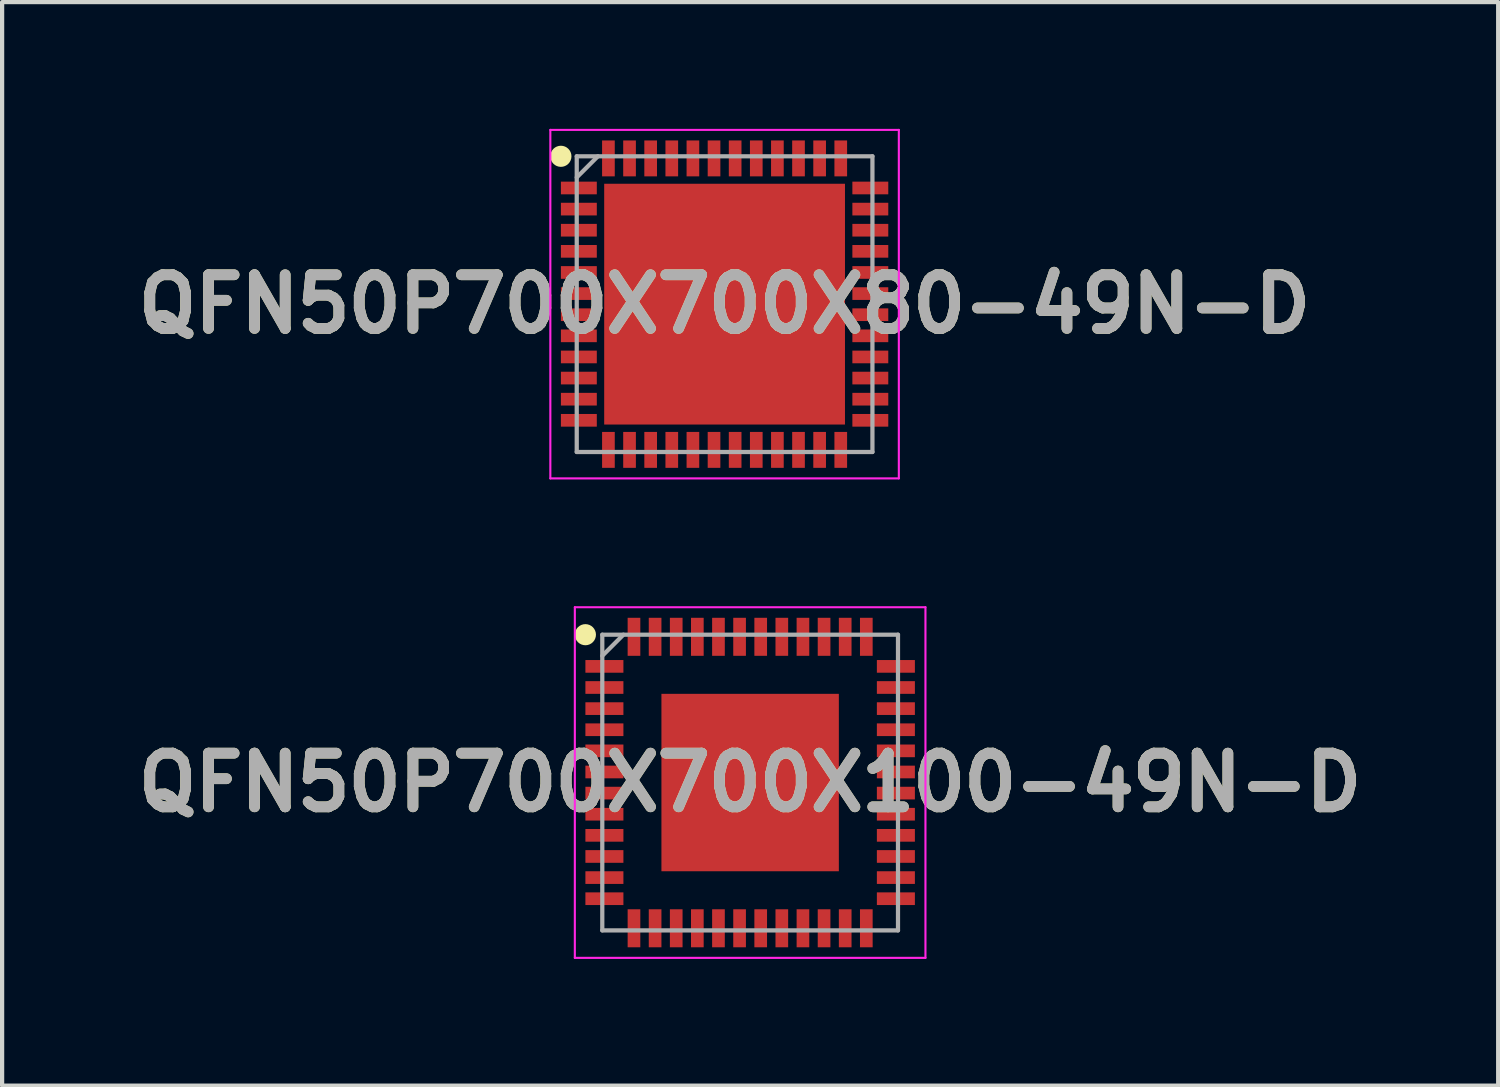
<source format=kicad_pcb>
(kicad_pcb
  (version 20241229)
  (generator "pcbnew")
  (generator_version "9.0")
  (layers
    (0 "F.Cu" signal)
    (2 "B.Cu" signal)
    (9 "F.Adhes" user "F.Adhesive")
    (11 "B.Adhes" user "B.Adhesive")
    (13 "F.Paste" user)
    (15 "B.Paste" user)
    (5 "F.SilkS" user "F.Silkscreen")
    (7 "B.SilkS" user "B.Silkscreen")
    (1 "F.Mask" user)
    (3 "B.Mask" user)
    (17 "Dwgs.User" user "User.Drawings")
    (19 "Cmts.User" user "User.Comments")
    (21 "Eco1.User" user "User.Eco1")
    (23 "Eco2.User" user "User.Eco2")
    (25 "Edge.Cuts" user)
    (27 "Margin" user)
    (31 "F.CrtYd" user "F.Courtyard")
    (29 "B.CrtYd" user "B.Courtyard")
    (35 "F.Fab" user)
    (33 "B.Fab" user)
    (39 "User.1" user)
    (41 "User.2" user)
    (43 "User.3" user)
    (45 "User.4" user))
  (footprint "QFN50P700X700X80-49N-D"
    (layer "F.Cu")
    (at 14.103 4.15)
    (property "Reference" "QFN50P700X700X80-49N-D" (at 0 0 0) (layer "F.SilkS") (effects (font (size 1.27 1.27) (thickness 0.254))))
    (attr smd)
    (fp_circle (center -3.875 -3.5) (end -3.875 -3.375) (stroke (width 0.25) (type solid)) (fill no) (layer "F.SilkS"))
    (fp_line (start -4.125 -4.125) (end 4.125 -4.125) (stroke (width 0.05) (type solid)) (layer "F.CrtYd"))
    (fp_line (start -4.125 4.125) (end -4.125 -4.125) (stroke (width 0.05) (type solid)) (layer "F.CrtYd"))
    (fp_line (start 4.125 -4.125) (end 4.125 4.125) (stroke (width 0.05) (type solid)) (layer "F.CrtYd"))
    (fp_line (start 4.125 4.125) (end -4.125 4.125) (stroke (width 0.05) (type solid)) (layer "F.CrtYd"))
    (fp_line (start -3.5 -3.5) (end 3.5 -3.5) (stroke (width 0.1) (type solid)) (layer "F.Fab"))
    (fp_line (start -3.5 -3) (end -3 -3.5) (stroke (width 0.1) (type solid)) (layer "F.Fab"))
    (fp_line (start -3.5 3.5) (end -3.5 -3.5) (stroke (width 0.1) (type solid)) (layer "F.Fab"))
    (fp_line (start 3.5 -3.5) (end 3.5 3.5) (stroke (width 0.1) (type solid)) (layer "F.Fab"))
    (fp_line (start 3.5 3.5) (end -3.5 3.5) (stroke (width 0.1) (type solid)) (layer "F.Fab"))
    (fp_text user "${REFERENCE}" (at 0 0 0) (layer "F.Fab") (effects (font (size 1.27 1.27) (thickness 0.254))))
    (pad "1" smd rect (at -3.45 -2.75 90) (size 0.3 0.85) (layers "F.Cu" "F.Mask" "F.Paste"))
    (pad "2" smd rect (at -3.45 -2.25 90) (size 0.3 0.85) (layers "F.Cu" "F.Mask" "F.Paste"))
    (pad "3" smd rect (at -3.45 -1.75 90) (size 0.3 0.85) (layers "F.Cu" "F.Mask" "F.Paste"))
    (pad "4" smd rect (at -3.45 -1.25 90) (size 0.3 0.85) (layers "F.Cu" "F.Mask" "F.Paste"))
    (pad "5" smd rect (at -3.45 -0.75 90) (size 0.3 0.85) (layers "F.Cu" "F.Mask" "F.Paste"))
    (pad "6" smd rect (at -3.45 -0.25 90) (size 0.3 0.85) (layers "F.Cu" "F.Mask" "F.Paste"))
    (pad "7" smd rect (at -3.45 0.25 90) (size 0.3 0.85) (layers "F.Cu" "F.Mask" "F.Paste"))
    (pad "8" smd rect (at -3.45 0.75 90) (size 0.3 0.85) (layers "F.Cu" "F.Mask" "F.Paste"))
    (pad "9" smd rect (at -3.45 1.25 90) (size 0.3 0.85) (layers "F.Cu" "F.Mask" "F.Paste"))
    (pad "10" smd rect (at -3.45 1.75 90) (size 0.3 0.85) (layers "F.Cu" "F.Mask" "F.Paste"))
    (pad "11" smd rect (at -3.45 2.25 90) (size 0.3 0.85) (layers "F.Cu" "F.Mask" "F.Paste"))
    (pad "12" smd rect (at -3.45 2.75 90) (size 0.3 0.85) (layers "F.Cu" "F.Mask" "F.Paste"))
    (pad "13" smd rect (at -2.75 3.45) (size 0.3 0.85) (layers "F.Cu" "F.Mask" "F.Paste"))
    (pad "14" smd rect (at -2.25 3.45) (size 0.3 0.85) (layers "F.Cu" "F.Mask" "F.Paste"))
    (pad "15" smd rect (at -1.75 3.45) (size 0.3 0.85) (layers "F.Cu" "F.Mask" "F.Paste"))
    (pad "16" smd rect (at -1.25 3.45) (size 0.3 0.85) (layers "F.Cu" "F.Mask" "F.Paste"))
    (pad "17" smd rect (at -0.75 3.45) (size 0.3 0.85) (layers "F.Cu" "F.Mask" "F.Paste"))
    (pad "18" smd rect (at -0.25 3.45) (size 0.3 0.85) (layers "F.Cu" "F.Mask" "F.Paste"))
    (pad "19" smd rect (at 0.25 3.45) (size 0.3 0.85) (layers "F.Cu" "F.Mask" "F.Paste"))
    (pad "20" smd rect (at 0.75 3.45) (size 0.3 0.85) (layers "F.Cu" "F.Mask" "F.Paste"))
    (pad "21" smd rect (at 1.25 3.45) (size 0.3 0.85) (layers "F.Cu" "F.Mask" "F.Paste"))
    (pad "22" smd rect (at 1.75 3.45) (size 0.3 0.85) (layers "F.Cu" "F.Mask" "F.Paste"))
    (pad "23" smd rect (at 2.25 3.45) (size 0.3 0.85) (layers "F.Cu" "F.Mask" "F.Paste"))
    (pad "24" smd rect (at 2.75 3.45) (size 0.3 0.85) (layers "F.Cu" "F.Mask" "F.Paste"))
    (pad "25" smd rect (at 3.45 2.75 90) (size 0.3 0.85) (layers "F.Cu" "F.Mask" "F.Paste"))
    (pad "26" smd rect (at 3.45 2.25 90) (size 0.3 0.85) (layers "F.Cu" "F.Mask" "F.Paste"))
    (pad "27" smd rect (at 3.45 1.75 90) (size 0.3 0.85) (layers "F.Cu" "F.Mask" "F.Paste"))
    (pad "28" smd rect (at 3.45 1.25 90) (size 0.3 0.85) (layers "F.Cu" "F.Mask" "F.Paste"))
    (pad "29" smd rect (at 3.45 0.75 90) (size 0.3 0.85) (layers "F.Cu" "F.Mask" "F.Paste"))
    (pad "30" smd rect (at 3.45 0.25 90) (size 0.3 0.85) (layers "F.Cu" "F.Mask" "F.Paste"))
    (pad "31" smd rect (at 3.45 -0.25 90) (size 0.3 0.85) (layers "F.Cu" "F.Mask" "F.Paste"))
    (pad "32" smd rect (at 3.45 -0.75 90) (size 0.3 0.85) (layers "F.Cu" "F.Mask" "F.Paste"))
    (pad "33" smd rect (at 3.45 -1.25 90) (size 0.3 0.85) (layers "F.Cu" "F.Mask" "F.Paste"))
    (pad "34" smd rect (at 3.45 -1.75 90) (size 0.3 0.85) (layers "F.Cu" "F.Mask" "F.Paste"))
    (pad "35" smd rect (at 3.45 -2.25 90) (size 0.3 0.85) (layers "F.Cu" "F.Mask" "F.Paste"))
    (pad "36" smd rect (at 3.45 -2.75 90) (size 0.3 0.85) (layers "F.Cu" "F.Mask" "F.Paste"))
    (pad "37" smd rect (at 2.75 -3.45) (size 0.3 0.85) (layers "F.Cu" "F.Mask" "F.Paste"))
    (pad "38" smd rect (at 2.25 -3.45) (size 0.3 0.85) (layers "F.Cu" "F.Mask" "F.Paste"))
    (pad "39" smd rect (at 1.75 -3.45) (size 0.3 0.85) (layers "F.Cu" "F.Mask" "F.Paste"))
    (pad "40" smd rect (at 1.25 -3.45) (size 0.3 0.85) (layers "F.Cu" "F.Mask" "F.Paste"))
    (pad "41" smd rect (at 0.75 -3.45) (size 0.3 0.85) (layers "F.Cu" "F.Mask" "F.Paste"))
    (pad "42" smd rect (at 0.25 -3.45) (size 0.3 0.85) (layers "F.Cu" "F.Mask" "F.Paste"))
    (pad "43" smd rect (at -0.25 -3.45) (size 0.3 0.85) (layers "F.Cu" "F.Mask" "F.Paste"))
    (pad "44" smd rect (at -0.75 -3.45) (size 0.3 0.85) (layers "F.Cu" "F.Mask" "F.Paste"))
    (pad "45" smd rect (at -1.25 -3.45) (size 0.3 0.85) (layers "F.Cu" "F.Mask" "F.Paste"))
    (pad "46" smd rect (at -1.75 -3.45) (size 0.3 0.85) (layers "F.Cu" "F.Mask" "F.Paste"))
    (pad "47" smd rect (at -2.25 -3.45) (size 0.3 0.85) (layers "F.Cu" "F.Mask" "F.Paste"))
    (pad "48" smd rect (at -2.75 -3.45) (size 0.3 0.85) (layers "F.Cu" "F.Mask" "F.Paste"))
    (pad "49" smd rect (at 0 0) (size 5.7 5.7) (layers "F.Cu" "F.Mask" "F.Paste")))
  (footprint "QFN50P700X700X100-49N-D"
    (layer "F.Cu")
    (at 14.708 15.475)
    (property "Reference" "QFN50P700X700X100-49N-D" (at 0 0 0) (layer "F.SilkS") (effects (font (size 1.27 1.27) (thickness 0.254))))
    (attr smd)
    (fp_circle (center -3.9 -3.5) (end -3.9 -3.375) (stroke (width 0.25) (type solid)) (fill no) (layer "F.SilkS"))
    (fp_line (start -4.15 -4.15) (end 4.15 -4.15) (stroke (width 0.05) (type solid)) (layer "F.CrtYd"))
    (fp_line (start -4.15 4.15) (end -4.15 -4.15) (stroke (width 0.05) (type solid)) (layer "F.CrtYd"))
    (fp_line (start 4.15 -4.15) (end 4.15 4.15) (stroke (width 0.05) (type solid)) (layer "F.CrtYd"))
    (fp_line (start 4.15 4.15) (end -4.15 4.15) (stroke (width 0.05) (type solid)) (layer "F.CrtYd"))
    (fp_line (start -3.5 -3.5) (end 3.5 -3.5) (stroke (width 0.1) (type solid)) (layer "F.Fab"))
    (fp_line (start -3.5 -3) (end -3 -3.5) (stroke (width 0.1) (type solid)) (layer "F.Fab"))
    (fp_line (start -3.5 3.5) (end -3.5 -3.5) (stroke (width 0.1) (type solid)) (layer "F.Fab"))
    (fp_line (start 3.5 -3.5) (end 3.5 3.5) (stroke (width 0.1) (type solid)) (layer "F.Fab"))
    (fp_line (start 3.5 3.5) (end -3.5 3.5) (stroke (width 0.1) (type solid)) (layer "F.Fab"))
    (fp_text user "${REFERENCE}" (at 0 0 0) (layer "F.Fab") (effects (font (size 1.27 1.27) (thickness 0.254))))
    (pad "1" smd rect (at -3.45 -2.75 90) (size 0.3 0.9) (layers "F.Cu" "F.Mask" "F.Paste"))
    (pad "2" smd rect (at -3.45 -2.25 90) (size 0.3 0.9) (layers "F.Cu" "F.Mask" "F.Paste"))
    (pad "3" smd rect (at -3.45 -1.75 90) (size 0.3 0.9) (layers "F.Cu" "F.Mask" "F.Paste"))
    (pad "4" smd rect (at -3.45 -1.25 90) (size 0.3 0.9) (layers "F.Cu" "F.Mask" "F.Paste"))
    (pad "5" smd rect (at -3.45 -0.75 90) (size 0.3 0.9) (layers "F.Cu" "F.Mask" "F.Paste"))
    (pad "6" smd rect (at -3.45 -0.25 90) (size 0.3 0.9) (layers "F.Cu" "F.Mask" "F.Paste"))
    (pad "7" smd rect (at -3.45 0.25 90) (size 0.3 0.9) (layers "F.Cu" "F.Mask" "F.Paste"))
    (pad "8" smd rect (at -3.45 0.75 90) (size 0.3 0.9) (layers "F.Cu" "F.Mask" "F.Paste"))
    (pad "9" smd rect (at -3.45 1.25 90) (size 0.3 0.9) (layers "F.Cu" "F.Mask" "F.Paste"))
    (pad "10" smd rect (at -3.45 1.75 90) (size 0.3 0.9) (layers "F.Cu" "F.Mask" "F.Paste"))
    (pad "11" smd rect (at -3.45 2.25 90) (size 0.3 0.9) (layers "F.Cu" "F.Mask" "F.Paste"))
    (pad "12" smd rect (at -3.45 2.75 90) (size 0.3 0.9) (layers "F.Cu" "F.Mask" "F.Paste"))
    (pad "13" smd rect (at -2.75 3.45) (size 0.3 0.9) (layers "F.Cu" "F.Mask" "F.Paste"))
    (pad "14" smd rect (at -2.25 3.45) (size 0.3 0.9) (layers "F.Cu" "F.Mask" "F.Paste"))
    (pad "15" smd rect (at -1.75 3.45) (size 0.3 0.9) (layers "F.Cu" "F.Mask" "F.Paste"))
    (pad "16" smd rect (at -1.25 3.45) (size 0.3 0.9) (layers "F.Cu" "F.Mask" "F.Paste"))
    (pad "17" smd rect (at -0.75 3.45) (size 0.3 0.9) (layers "F.Cu" "F.Mask" "F.Paste"))
    (pad "18" smd rect (at -0.25 3.45) (size 0.3 0.9) (layers "F.Cu" "F.Mask" "F.Paste"))
    (pad "19" smd rect (at 0.25 3.45) (size 0.3 0.9) (layers "F.Cu" "F.Mask" "F.Paste"))
    (pad "20" smd rect (at 0.75 3.45) (size 0.3 0.9) (layers "F.Cu" "F.Mask" "F.Paste"))
    (pad "21" smd rect (at 1.25 3.45) (size 0.3 0.9) (layers "F.Cu" "F.Mask" "F.Paste"))
    (pad "22" smd rect (at 1.75 3.45) (size 0.3 0.9) (layers "F.Cu" "F.Mask" "F.Paste"))
    (pad "23" smd rect (at 2.25 3.45) (size 0.3 0.9) (layers "F.Cu" "F.Mask" "F.Paste"))
    (pad "24" smd rect (at 2.75 3.45) (size 0.3 0.9) (layers "F.Cu" "F.Mask" "F.Paste"))
    (pad "25" smd rect (at 3.45 2.75 90) (size 0.3 0.9) (layers "F.Cu" "F.Mask" "F.Paste"))
    (pad "26" smd rect (at 3.45 2.25 90) (size 0.3 0.9) (layers "F.Cu" "F.Mask" "F.Paste"))
    (pad "27" smd rect (at 3.45 1.75 90) (size 0.3 0.9) (layers "F.Cu" "F.Mask" "F.Paste"))
    (pad "28" smd rect (at 3.45 1.25 90) (size 0.3 0.9) (layers "F.Cu" "F.Mask" "F.Paste"))
    (pad "29" smd rect (at 3.45 0.75 90) (size 0.3 0.9) (layers "F.Cu" "F.Mask" "F.Paste"))
    (pad "30" smd rect (at 3.45 0.25 90) (size 0.3 0.9) (layers "F.Cu" "F.Mask" "F.Paste"))
    (pad "31" smd rect (at 3.45 -0.25 90) (size 0.3 0.9) (layers "F.Cu" "F.Mask" "F.Paste"))
    (pad "32" smd rect (at 3.45 -0.75 90) (size 0.3 0.9) (layers "F.Cu" "F.Mask" "F.Paste"))
    (pad "33" smd rect (at 3.45 -1.25 90) (size 0.3 0.9) (layers "F.Cu" "F.Mask" "F.Paste"))
    (pad "34" smd rect (at 3.45 -1.75 90) (size 0.3 0.9) (layers "F.Cu" "F.Mask" "F.Paste"))
    (pad "35" smd rect (at 3.45 -2.25 90) (size 0.3 0.9) (layers "F.Cu" "F.Mask" "F.Paste"))
    (pad "36" smd rect (at 3.45 -2.75 90) (size 0.3 0.9) (layers "F.Cu" "F.Mask" "F.Paste"))
    (pad "37" smd rect (at 2.75 -3.45) (size 0.3 0.9) (layers "F.Cu" "F.Mask" "F.Paste"))
    (pad "38" smd rect (at 2.25 -3.45) (size 0.3 0.9) (layers "F.Cu" "F.Mask" "F.Paste"))
    (pad "39" smd rect (at 1.75 -3.45) (size 0.3 0.9) (layers "F.Cu" "F.Mask" "F.Paste"))
    (pad "40" smd rect (at 1.25 -3.45) (size 0.3 0.9) (layers "F.Cu" "F.Mask" "F.Paste"))
    (pad "41" smd rect (at 0.75 -3.45) (size 0.3 0.9) (layers "F.Cu" "F.Mask" "F.Paste"))
    (pad "42" smd rect (at 0.25 -3.45) (size 0.3 0.9) (layers "F.Cu" "F.Mask" "F.Paste"))
    (pad "43" smd rect (at -0.25 -3.45) (size 0.3 0.9) (layers "F.Cu" "F.Mask" "F.Paste"))
    (pad "44" smd rect (at -0.75 -3.45) (size 0.3 0.9) (layers "F.Cu" "F.Mask" "F.Paste"))
    (pad "45" smd rect (at -1.25 -3.45) (size 0.3 0.9) (layers "F.Cu" "F.Mask" "F.Paste"))
    (pad "46" smd rect (at -1.75 -3.45) (size 0.3 0.9) (layers "F.Cu" "F.Mask" "F.Paste"))
    (pad "47" smd rect (at -2.25 -3.45) (size 0.3 0.9) (layers "F.Cu" "F.Mask" "F.Paste"))
    (pad "48" smd rect (at -2.75 -3.45) (size 0.3 0.9) (layers "F.Cu" "F.Mask" "F.Paste"))
    (pad "49" smd rect (at 0 0) (size 4.2 4.2) (layers "F.Cu" "F.Mask" "F.Paste")))
  (gr_rect
    (start -3 -3)
    (end 32.416 22.65)
    (stroke (width 0.1) (type default))
    (fill no)
    (layer "Edge.Cuts")))
</source>
